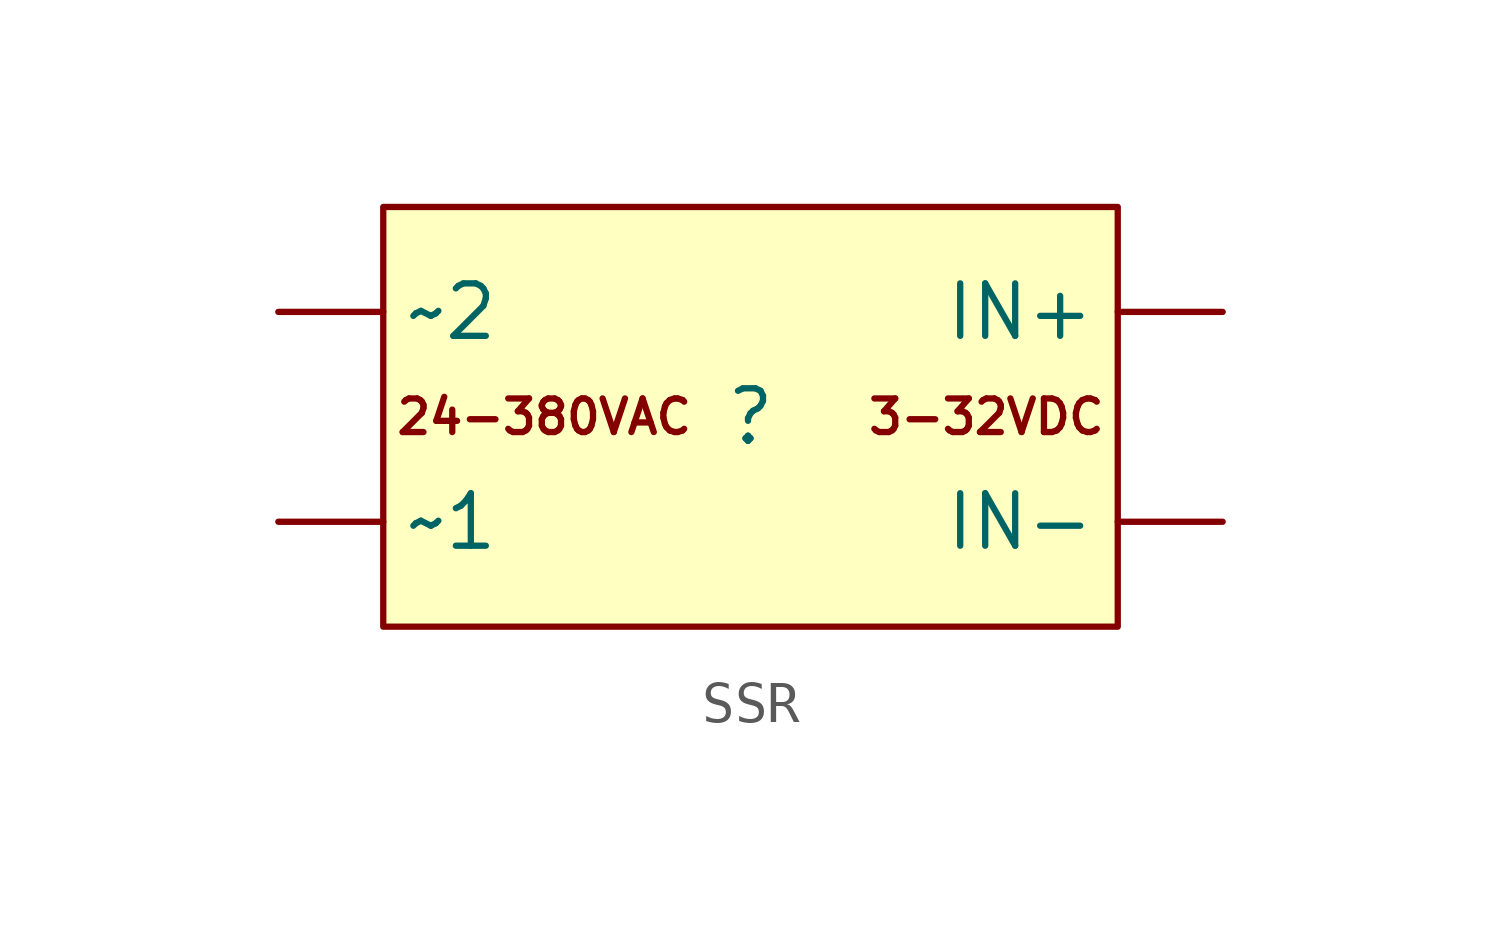
<source format=kicad_sym>
(kicad_symbol_lib
  (version 20231120)
  (generator "kicad_symbol_editor")
  (generator_version "8.0")
  (symbol "SSR"
    (property "Reference" ""
      (at 0 0 0)
      (effects (font (size 1.27 1.27))))
    (property "Value" ""
      (at 0 0 0)
      (effects (font (size 1.27 1.27))))
    (symbol "SSR_0_1"
      (rectangle (start -8.89 5.08) (end 8.89 -5.08) (stroke (width 0) (type default)) (fill (type background))))
    (symbol "SSR_1_1"
      (text "24-380VAC" (at -8.636 0 0) (effects (font (size 0.813 0.813)) (justify left)))
      (text "3-32VDC" (at 8.636 0 0) (effects (font (size 0.813 0.813)) (justify right)))
      (pin power_in line (at 11.43 2.54 180) (length 2.54) (name "IN+" (effects (font (size 1.27 1.27)))) (number "" (effects (font (size 1.27 1.27)))))
      (pin power_in line (at 11.43 -2.54 180) (length 2.54) (name "IN-" (effects (font (size 1.27 1.27)))) (number "" (effects (font (size 1.27 1.27)))))
      (pin power_out line (at -11.43 -2.54 0) (length 2.54) (name "~1" (effects (font (size 1.27 1.27)))) (number "" (effects (font (size 1.27 1.27)))))
      (pin power_out line (at -11.43 2.54 0) (length 2.54) (name "~2" (effects (font (size 1.27 1.27)))) (number "" (effects (font (size 1.27 1.27))))))))
</source>
